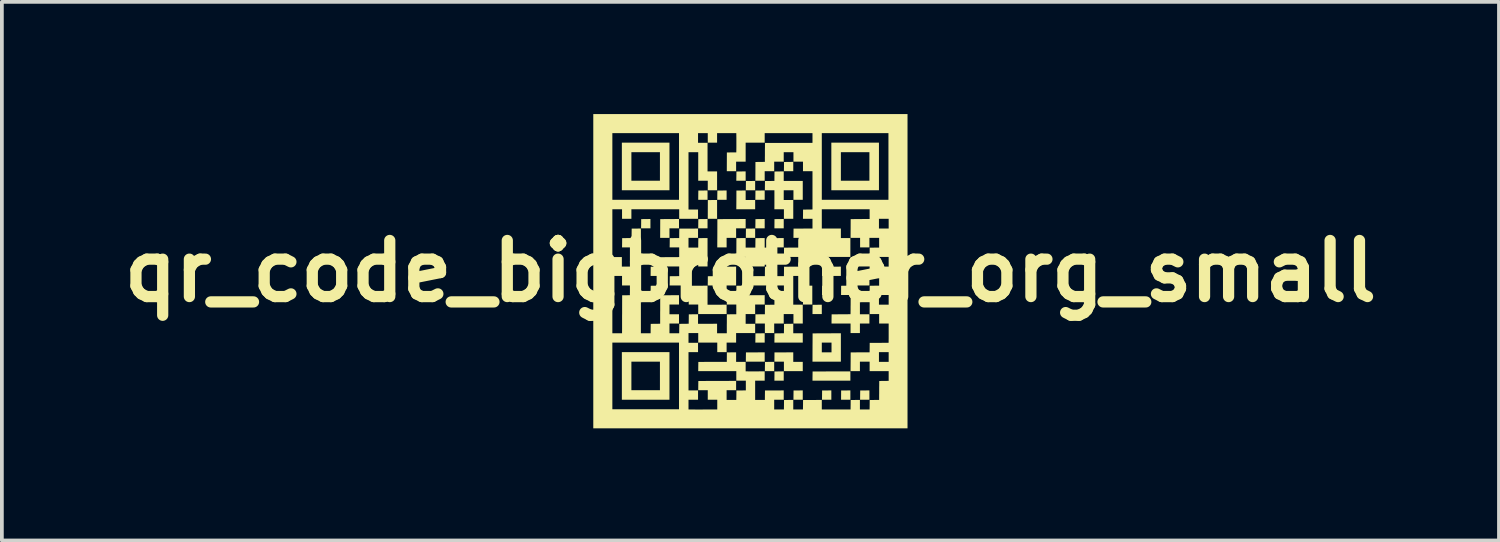
<source format=kicad_pcb>
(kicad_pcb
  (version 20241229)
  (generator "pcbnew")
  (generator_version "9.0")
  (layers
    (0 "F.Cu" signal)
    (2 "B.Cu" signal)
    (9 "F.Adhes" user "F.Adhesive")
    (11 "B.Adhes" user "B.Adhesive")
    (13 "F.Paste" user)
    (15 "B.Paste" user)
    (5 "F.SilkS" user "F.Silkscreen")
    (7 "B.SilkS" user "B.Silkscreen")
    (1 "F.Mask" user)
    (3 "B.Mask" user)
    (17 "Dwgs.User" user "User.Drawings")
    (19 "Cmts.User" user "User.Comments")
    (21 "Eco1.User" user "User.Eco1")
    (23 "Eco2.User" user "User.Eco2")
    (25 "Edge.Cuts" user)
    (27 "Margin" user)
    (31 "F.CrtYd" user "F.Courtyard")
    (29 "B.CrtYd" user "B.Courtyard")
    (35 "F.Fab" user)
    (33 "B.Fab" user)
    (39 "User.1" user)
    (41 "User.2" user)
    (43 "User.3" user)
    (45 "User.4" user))
  (footprint "qr_code_bigbrother_org_small"
    (layer "F.Cu")
    (at 17.014 4.201)
    (property "Reference" "qr_code_bigbrother_org_small" (at 0 0 0) (layer "F.SilkS") (effects (font (size 1.5 1.5) (thickness 0.3))))
    (attr board_only exclude_from_pos_files exclude_from_bom)
    (fp_poly (pts (xy -2.673 -1.27) (xy -2.673 -1.146) (xy -2.798 -1.146) (xy -2.923 -1.146) (xy -2.921 -1.269) (xy -2.92 -1.392) (xy -2.796 -1.394) (xy -2.673 -1.395)) (stroke (width 0) (type solid)) (fill yes) (layer "F.SilkS"))
    (fp_poly (pts (xy -2.419 0.003) (xy -2.419 0.127) (xy -2.543 0.127) (xy -2.668 0.127) (xy -2.667 0.004) (xy -2.665 -0.119) (xy -2.542 -0.121) (xy -2.419 -0.122)) (stroke (width 0) (type solid)) (fill yes) (layer "F.SilkS"))
    (fp_poly (pts (xy -2.419 0.512) (xy -2.419 0.636) (xy -2.543 0.636) (xy -2.668 0.636) (xy -2.667 0.513) (xy -2.665 0.39) (xy -2.542 0.388) (xy -2.419 0.387)) (stroke (width 0) (type solid)) (fill yes) (layer "F.SilkS"))
    (fp_poly (pts (xy -1.146 -2.034) (xy -1.146 -1.909) (xy -1.27 -1.909) (xy -1.395 -1.909) (xy -1.394 -2.033) (xy -1.392 -2.156) (xy -1.269 -2.157) (xy -1.146 -2.159)) (stroke (width 0) (type solid)) (fill yes) (layer "F.SilkS"))
    (fp_poly (pts (xy -1.146 -1.27) (xy -1.146 -1.146) (xy -1.27 -1.146) (xy -1.395 -1.146) (xy -1.394 -1.269) (xy -1.392 -1.392) (xy -1.269 -1.394) (xy -1.146 -1.395)) (stroke (width 0) (type solid)) (fill yes) (layer "F.SilkS"))
    (fp_poly (pts (xy -0.891 -1.652) (xy -0.891 -1.4) (xy -1.016 -1.4) (xy -1.14 -1.4) (xy -1.139 -1.651) (xy -1.138 -1.901) (xy -1.014 -1.903) (xy -0.891 -1.904)) (stroke (width 0) (type solid)) (fill yes) (layer "F.SilkS"))
    (fp_poly (pts (xy -0.636 -2.034) (xy -0.636 -1.909) (xy -0.761 -1.909) (xy -0.886 -1.909) (xy -0.885 -2.033) (xy -0.883 -2.156) (xy -0.76 -2.157) (xy -0.636 -2.159)) (stroke (width 0) (type solid)) (fill yes) (layer "F.SilkS"))
    (fp_poly (pts (xy -0.127 -2.543) (xy -0.127 -2.419) (xy -0.252 -2.419) (xy -0.377 -2.419) (xy -0.375 -2.542) (xy -0.374 -2.665) (xy -0.251 -2.667) (xy -0.127 -2.668)) (stroke (width 0) (type solid)) (fill yes) (layer "F.SilkS"))
    (fp_poly (pts (xy 0.127 -2.289) (xy 0.127 -2.164) (xy 0.003 -2.164) (xy -0.122 -2.164) (xy -0.121 -2.287) (xy -0.119 -2.411) (xy 0.004 -2.412) (xy 0.127 -2.413)) (stroke (width 0) (type solid)) (fill yes) (layer "F.SilkS"))
    (fp_poly (pts (xy 0.127 -1.016) (xy 0.127 -0.891) (xy 0.003 -0.891) (xy -0.122 -0.891) (xy -0.121 -1.014) (xy -0.119 -1.138) (xy 0.004 -1.139) (xy 0.127 -1.141)) (stroke (width 0) (type solid)) (fill yes) (layer "F.SilkS"))
    (fp_poly (pts (xy 0.382 -2.034) (xy 0.382 -1.909) (xy 0.257 -1.909) (xy 0.132 -1.909) (xy 0.134 -2.033) (xy 0.135 -2.156) (xy 0.259 -2.157) (xy 0.382 -2.159)) (stroke (width 0) (type solid)) (fill yes) (layer "F.SilkS"))
    (fp_poly (pts (xy 0.382 -1.27) (xy 0.382 -1.146) (xy 0.257 -1.146) (xy 0.132 -1.146) (xy 0.134 -1.269) (xy 0.135 -1.392) (xy 0.259 -1.394) (xy 0.382 -1.395)) (stroke (width 0) (type solid)) (fill yes) (layer "F.SilkS"))
    (fp_poly (pts (xy 0.382 1.785) (xy 0.382 1.909) (xy 0.257 1.909) (xy 0.132 1.909) (xy 0.134 1.786) (xy 0.135 1.663) (xy 0.259 1.661) (xy 0.382 1.66)) (stroke (width 0) (type solid)) (fill yes) (layer "F.SilkS"))
    (fp_poly (pts (xy 0.382 2.294) (xy 0.382 2.419) (xy 0.13 2.419) (xy -0.122 2.419) (xy -0.121 2.295) (xy -0.119 2.172) (xy 0.131 2.171) (xy 0.382 2.169)) (stroke (width 0) (type solid)) (fill yes) (layer "F.SilkS"))
    (fp_poly (pts (xy 0.636 2.548) (xy 0.636 2.673) (xy 0.512 2.673) (xy 0.387 2.673) (xy 0.388 2.55) (xy 0.39 2.426) (xy 0.513 2.425) (xy 0.636 2.424)) (stroke (width 0) (type solid)) (fill yes) (layer "F.SilkS"))
    (fp_poly (pts (xy 0.891 -1.27) (xy 0.891 -1.146) (xy 0.766 -1.146) (xy 0.642 -1.146) (xy 0.643 -1.269) (xy 0.644 -1.392) (xy 0.768 -1.394) (xy 0.891 -1.395)) (stroke (width 0) (type solid)) (fill yes) (layer "F.SilkS"))
    (fp_poly (pts (xy 0.891 -0.761) (xy 0.891 -0.636) (xy 0.766 -0.636) (xy 0.642 -0.636) (xy 0.643 -0.76) (xy 0.644 -0.883) (xy 0.768 -0.885) (xy 0.891 -0.886)) (stroke (width 0) (type solid)) (fill yes) (layer "F.SilkS"))
    (fp_poly (pts (xy 0.891 2.803) (xy 0.891 2.928) (xy 0.766 2.928) (xy 0.642 2.928) (xy 0.643 2.804) (xy 0.644 2.681) (xy 0.768 2.68) (xy 0.891 2.678)) (stroke (width 0) (type solid)) (fill yes) (layer "F.SilkS"))
    (fp_poly (pts (xy 1.146 -2.798) (xy 1.146 -2.673) (xy 1.021 -2.673) (xy 0.896 -2.673) (xy 0.898 -2.796) (xy 0.899 -2.92) (xy 1.022 -2.921) (xy 1.146 -2.923)) (stroke (width 0) (type solid)) (fill yes) (layer "F.SilkS"))
    (fp_poly (pts (xy 1.4 3.312) (xy 1.4 3.437) (xy 1.275 3.437) (xy 1.151 3.437) (xy 1.152 3.314) (xy 1.154 3.19) (xy 1.277 3.189) (xy 1.4 3.187)) (stroke (width 0) (type solid)) (fill yes) (layer "F.SilkS"))
    (fp_poly (pts (xy 1.655 0.639) (xy 1.655 0.891) (xy 1.53 0.891) (xy 1.406 0.891) (xy 1.407 0.64) (xy 1.408 0.39) (xy 1.531 0.388) (xy 1.655 0.387)) (stroke (width 0) (type solid)) (fill yes) (layer "F.SilkS"))
    (fp_poly (pts (xy 1.909 1.021) (xy 1.909 1.146) (xy 1.785 1.146) (xy 1.66 1.146) (xy 1.661 1.022) (xy 1.663 0.899) (xy 1.786 0.898) (xy 1.909 0.896)) (stroke (width 0) (type solid)) (fill yes) (layer "F.SilkS"))
    (fp_poly (pts (xy 2.164 0.512) (xy 2.164 0.636) (xy 2.039 0.636) (xy 1.914 0.636) (xy 1.916 0.513) (xy 1.917 0.39) (xy 2.041 0.388) (xy 2.164 0.387)) (stroke (width 0) (type solid)) (fill yes) (layer "F.SilkS"))
    (fp_poly (pts (xy 2.164 3.312) (xy 2.164 3.437) (xy 2.039 3.437) (xy 1.914 3.437) (xy 1.916 3.314) (xy 1.917 3.19) (xy 2.041 3.189) (xy 2.164 3.187)) (stroke (width 0) (type solid)) (fill yes) (layer "F.SilkS"))
    (fp_poly (pts (xy 2.419 0.003) (xy 2.419 0.127) (xy 2.167 0.127) (xy 1.914 0.127) (xy 1.916 0.004) (xy 1.917 -0.119) (xy 2.168 -0.121) (xy 2.419 -0.122)) (stroke (width 0) (type solid)) (fill yes) (layer "F.SilkS"))
    (fp_poly (pts (xy 2.673 0.512) (xy 2.673 0.636) (xy 2.548 0.636) (xy 2.424 0.636) (xy 2.425 0.513) (xy 2.426 0.39) (xy 2.55 0.388) (xy 2.673 0.387)) (stroke (width 0) (type solid)) (fill yes) (layer "F.SilkS"))
    (fp_poly (pts (xy 2.673 2.803) (xy 2.673 2.928) (xy 2.167 2.928) (xy 1.66 2.928) (xy 1.661 2.804) (xy 1.663 2.681) (xy 2.168 2.68) (xy 2.673 2.679)) (stroke (width 0) (type solid)) (fill yes) (layer "F.SilkS"))
    (fp_poly (pts (xy 2.673 3.312) (xy 2.673 3.437) (xy 2.548 3.437) (xy 2.424 3.437) (xy 2.425 3.314) (xy 2.426 3.19) (xy 2.55 3.189) (xy 2.673 3.187)) (stroke (width 0) (type solid)) (fill yes) (layer "F.SilkS"))
    (fp_poly (pts (xy 3.182 0.257) (xy 3.182 0.382) (xy 2.93 0.382) (xy 2.678 0.382) (xy 2.68 0.259) (xy 2.681 0.135) (xy 2.932 0.134) (xy 3.182 0.133)) (stroke (width 0) (type solid)) (fill yes) (layer "F.SilkS"))
    (fp_poly (pts (xy 3.182 3.312) (xy 3.182 3.437) (xy 3.058 3.437) (xy 2.933 3.437) (xy 2.934 3.314) (xy 2.936 3.19) (xy 3.059 3.189) (xy 3.182 3.187)) (stroke (width 0) (type solid)) (fill yes) (layer "F.SilkS"))
    (fp_poly (pts (xy -2.928 -0.888) (xy -2.928 -0.636) (xy -3.18 -0.636) (xy -3.432 -0.636) (xy -3.43 -0.76) (xy -3.429 -0.883) (xy -3.303 -0.885) (xy -3.177 -0.886) (xy -3.176 -1.012) (xy -3.174 -1.138) (xy -3.051 -1.139) (xy -2.928 -1.141)) (stroke (width 0) (type solid)) (fill yes) (layer "F.SilkS"))
    (fp_poly (pts (xy -1.909 -1.27) (xy -1.909 -1.146) (xy -2.037 -1.146) (xy -2.164 -1.146) (xy -2.164 -1.018) (xy -2.164 -0.891) (xy -2.289 -0.891) (xy -2.413 -0.891) (xy -2.412 -1.142) (xy -2.411 -1.392) (xy -2.16 -1.394) (xy -1.909 -1.395)) (stroke (width 0) (type solid)) (fill yes) (layer "F.SilkS"))
    (fp_poly (pts (xy -0.127 -2.031) (xy -0.127 -1.904) (xy 0 -1.904) (xy 0.127 -1.904) (xy 0.127 -1.779) (xy 0.127 -1.655) (xy -0.125 -1.655) (xy -0.377 -1.655) (xy -0.375 -1.905) (xy -0.374 -2.156) (xy -0.251 -2.157) (xy -0.127 -2.159)) (stroke (width 0) (type solid)) (fill yes) (layer "F.SilkS"))
    (fp_poly (pts (xy -0.127 -1.27) (xy -0.127 -1.146) (xy -0.255 -1.146) (xy -0.382 -1.146) (xy -0.382 -1.018) (xy -0.382 -0.891) (xy -0.509 -0.891) (xy -0.636 -0.891) (xy -0.636 -0.764) (xy -0.636 -0.636) (xy -0.761 -0.636) (xy -0.886 -0.636) (xy -0.884 -1.014) (xy -0.883 -1.392) (xy -0.505 -1.394) (xy -0.127 -1.395)) (stroke (width 0) (type solid)) (fill yes) (layer "F.SilkS"))
    (fp_poly (pts (xy 1.146 1.533) (xy 1.146 1.66) (xy 1.273 1.66) (xy 1.4 1.66) (xy 1.4 1.785) (xy 1.4 1.909) (xy 1.021 1.909) (xy 0.642 1.909) (xy 0.643 1.786) (xy 0.644 1.663) (xy 0.77 1.661) (xy 0.896 1.66) (xy 0.898 1.534) (xy 0.899 1.408) (xy 1.022 1.407) (xy 1.146 1.405)) (stroke (width 0) (type solid)) (fill yes) (layer "F.SilkS"))
    (fp_poly (pts (xy 1.146 2.297) (xy 1.146 2.424) (xy 1.273 2.424) (xy 1.4 2.424) (xy 1.4 2.548) (xy 1.4 2.673) (xy 1.148 2.673) (xy 0.896 2.673) (xy 0.896 2.546) (xy 0.896 2.419) (xy 0.769 2.419) (xy 0.642 2.419) (xy 0.643 2.295) (xy 0.644 2.172) (xy 0.895 2.171) (xy 1.146 2.169)) (stroke (width 0) (type solid)) (fill yes) (layer "F.SilkS"))
    (fp_poly (pts (xy -2.164 -2.8) (xy -2.164 -2.164) (xy -2.8 -2.164) (xy -3.437 -2.164) (xy -3.437 -2.8) (xy -3.437 -3.182) (xy -3.182 -3.182) (xy -3.182 -2.8) (xy -3.182 -2.419) (xy -2.8 -2.419) (xy -2.419 -2.419) (xy -2.419 -2.8) (xy -2.419 -3.182) (xy -2.8 -3.182) (xy -3.182 -3.182) (xy -3.437 -3.182) (xy -3.437 -3.437) (xy -2.8 -3.437) (xy -2.164 -3.437)) (stroke (width 0) (type solid)) (fill yes) (layer "F.SilkS"))
    (fp_poly (pts (xy -2.164 2.8) (xy -2.164 3.437) (xy -2.8 3.437) (xy -3.437 3.437) (xy -3.437 2.8) (xy -3.437 2.419) (xy -3.182 2.419) (xy -3.182 2.8) (xy -3.182 3.182) (xy -2.8 3.182) (xy -2.419 3.182) (xy -2.419 2.8) (xy -2.419 2.419) (xy -2.8 2.419) (xy -3.182 2.419) (xy -3.437 2.419) (xy -3.437 2.164) (xy -2.8 2.164) (xy -2.164 2.164)) (stroke (width 0) (type solid)) (fill yes) (layer "F.SilkS"))
    (fp_poly (pts (xy 2.419 2.039) (xy 2.419 2.419) (xy 2.039 2.419) (xy 1.66 2.419) (xy 1.661 2.041) (xy 1.662 1.909) (xy 1.909 1.909) (xy 1.909 2.039) (xy 1.909 2.169) (xy 2.039 2.169) (xy 2.169 2.169) (xy 2.169 2.039) (xy 2.169 1.909) (xy 2.039 1.909) (xy 1.909 1.909) (xy 1.662 1.909) (xy 1.663 1.663) (xy 2.041 1.661) (xy 2.419 1.66)) (stroke (width 0) (type solid)) (fill yes) (layer "F.SilkS"))
    (fp_poly (pts (xy 3.437 -2.8) (xy 3.437 -2.164) (xy 2.8 -2.164) (xy 2.164 -2.164) (xy 2.164 -2.8) (xy 2.164 -3.182) (xy 2.419 -3.182) (xy 2.419 -2.8) (xy 2.419 -2.419) (xy 2.8 -2.419) (xy 3.182 -2.419) (xy 3.182 -2.8) (xy 3.182 -3.182) (xy 2.8 -3.182) (xy 2.419 -3.182) (xy 2.164 -3.182) (xy 2.164 -3.437) (xy 2.8 -3.437) (xy 3.437 -3.437)) (stroke (width 0) (type solid)) (fill yes) (layer "F.SilkS"))
    (fp_poly (pts (xy -0.382 0.13) (xy -0.382 0.382) (xy -0.509 0.382) (xy -0.636 0.382) (xy -0.636 0.509) (xy -0.636 0.636) (xy -0.761 0.636) (xy -0.886 0.636) (xy -0.886 0.509) (xy -0.886 0.382) (xy -1.013 0.382) (xy -1.141 0.382) (xy -1.139 0.259) (xy -1.138 0.135) (xy -1.012 0.134) (xy -0.886 0.132) (xy -0.885 0.007) (xy -0.883 -0.119) (xy -0.632 -0.121) (xy -0.382 -0.122)) (stroke (width 0) (type solid)) (fill yes) (layer "F.SilkS"))
    (fp_poly (pts (xy -1.146 0.642) (xy -1.146 0.896) (xy -1.017 0.897) (xy -0.971 0.897) (xy -0.918 0.897) (xy -0.864 0.897) (xy -0.811 0.897) (xy -0.765 0.896) (xy -0.762 0.896) (xy -0.636 0.896) (xy -0.636 1.021) (xy -0.636 1.146) (xy -1.016 1.146) (xy -1.395 1.146) (xy -1.395 1.018) (xy -1.395 0.891) (xy -1.522 0.891) (xy -1.649 0.891) (xy -1.648 0.64) (xy -1.647 0.39) (xy -1.396 0.389) (xy -1.146 0.387)) (stroke (width 0) (type solid)) (fill yes) (layer "F.SilkS"))
    (fp_poly (pts (xy 0.382 -0.759) (xy 0.382 -0.631) (xy 0.509 -0.631) (xy 0.636 -0.631) (xy 0.636 -0.507) (xy 0.636 -0.382) (xy 0.509 -0.382) (xy 0.382 -0.382) (xy 0.382 -0.255) (xy 0.382 -0.127) (xy 0.13 -0.127) (xy -0.122 -0.127) (xy -0.122 -0.255) (xy -0.122 -0.382) (xy -0.249 -0.382) (xy -0.377 -0.382) (xy -0.375 -0.632) (xy -0.374 -0.883) (xy -0.251 -0.885) (xy -0.127 -0.886) (xy -0.127 -0.759) (xy -0.127 -0.631) (xy 0.003 -0.631) (xy 0.132 -0.631) (xy 0.134 -0.757) (xy 0.135 -0.883) (xy 0.259 -0.885) (xy 0.382 -0.886)) (stroke (width 0) (type solid)) (fill yes) (layer "F.SilkS"))
    (fp_poly (pts (xy 2.928 0.896) (xy 2.928 1.151) (xy 3.055 1.151) (xy 3.182 1.151) (xy 3.182 1.276) (xy 3.182 1.4) (xy 3.055 1.4) (xy 2.928 1.4) (xy 2.928 1.528) (xy 2.928 1.655) (xy 2.803 1.655) (xy 2.678 1.655) (xy 2.678 1.528) (xy 2.678 1.4) (xy 2.424 1.4) (xy 2.169 1.4) (xy 2.17 1.277) (xy 2.172 1.154) (xy 2.423 1.152) (xy 2.474 1.152) (xy 2.521 1.152) (xy 2.564 1.151) (xy 2.602 1.151) (xy 2.633 1.15) (xy 2.656 1.15) (xy 2.671 1.15) (xy 2.677 1.149) (xy 2.677 1.144) (xy 2.677 1.129) (xy 2.678 1.105) (xy 2.678 1.074) (xy 2.679 1.036) (xy 2.679 0.993) (xy 2.679 0.946) (xy 2.68 0.896) (xy 2.681 0.644) (xy 2.804 0.643) (xy 2.928 0.642)) (stroke (width 0) (type solid)) (fill yes) (layer "F.SilkS"))
    (fp_poly (pts (xy 0.891 -2.541) (xy 0.891 -2.413) (xy 1.02 -2.413) (xy 1.066 -2.413) (xy 1.119 -2.413) (xy 1.173 -2.413) (xy 1.226 -2.413) (xy 1.272 -2.413) (xy 1.274 -2.413) (xy 1.4 -2.414) (xy 1.4 -2.162) (xy 1.4 -1.909) (xy 1.276 -1.909) (xy 1.151 -1.909) (xy 1.151 -2.037) (xy 1.151 -2.164) (xy 1.021 -2.164) (xy 0.891 -2.164) (xy 0.891 -2.034) (xy 0.891 -1.904) (xy 1.018 -1.904) (xy 1.146 -1.904) (xy 1.146 -1.652) (xy 1.146 -1.4) (xy 1.021 -1.4) (xy 0.896 -1.4) (xy 0.896 -1.528) (xy 0.896 -1.655) (xy 0.769 -1.655) (xy 0.641 -1.655) (xy 0.642 -1.781) (xy 0.642 -1.826) (xy 0.642 -1.879) (xy 0.642 -1.933) (xy 0.642 -1.986) (xy 0.642 -2.033) (xy 0.642 -2.035) (xy 0.642 -2.164) (xy 0.514 -2.164) (xy 0.387 -2.164) (xy 0.388 -2.287) (xy 0.39 -2.411) (xy 0.516 -2.412) (xy 0.642 -2.413) (xy 0.643 -2.539) (xy 0.644 -2.665) (xy 0.768 -2.667) (xy 0.891 -2.668)) (stroke (width 0) (type solid)) (fill yes) (layer "F.SilkS"))
    (fp_poly (pts (xy -1.4 -1.016) (xy -1.4 -0.891) (xy -1.528 -0.891) (xy -1.655 -0.891) (xy -1.655 -0.761) (xy -1.655 -0.631) (xy -1.525 -0.631) (xy -1.395 -0.631) (xy -1.394 -0.757) (xy -1.392 -0.883) (xy -1.269 -0.885) (xy -1.146 -0.886) (xy -1.146 -0.507) (xy -1.146 -0.127) (xy -1.27 -0.127) (xy -1.395 -0.127) (xy -1.395 -0.255) (xy -1.395 -0.382) (xy -1.525 -0.382) (xy -1.655 -0.382) (xy -1.655 0) (xy -1.655 0.382) (xy -1.907 0.382) (xy -2.159 0.382) (xy -2.157 0.259) (xy -2.156 0.135) (xy -2.03 0.134) (xy -1.904 0.132) (xy -1.904 0.003) (xy -1.904 -0.127) (xy -2.159 -0.127) (xy -2.413 -0.127) (xy -2.412 -0.251) (xy -2.411 -0.374) (xy -2.283 -0.375) (xy -2.237 -0.375) (xy -2.184 -0.376) (xy -2.13 -0.376) (xy -2.077 -0.376) (xy -2.031 -0.376) (xy -2.03 -0.376) (xy -1.904 -0.377) (xy -1.904 -0.507) (xy -1.904 -0.636) (xy -2.031 -0.636) (xy -2.159 -0.636) (xy -2.157 -0.76) (xy -2.156 -0.883) (xy -2.03 -0.885) (xy -1.904 -0.886) (xy -1.903 -1.012) (xy -1.901 -1.138) (xy -1.651 -1.139) (xy -1.4 -1.14)) (stroke (width 0) (type solid)) (fill yes) (layer "F.SilkS"))
    (fp_poly (pts (xy 0.636 0.005) (xy 0.636 0.133) (xy 0.766 0.133) (xy 0.896 0.133) (xy 0.898 0.007) (xy 0.899 -0.119) (xy 1.15 -0.121) (xy 1.4 -0.122) (xy 1.4 0.003) (xy 1.4 0.127) (xy 1.273 0.127) (xy 1.146 0.127) (xy 1.146 0.512) (xy 1.146 0.896) (xy 1.273 0.896) (xy 1.4 0.896) (xy 1.4 1.148) (xy 1.4 1.4) (xy 1.276 1.4) (xy 1.151 1.4) (xy 1.151 1.273) (xy 1.151 1.146) (xy 1.021 1.146) (xy 0.891 1.146) (xy 0.891 1.273) (xy 0.891 1.4) (xy 0.764 1.4) (xy 0.636 1.4) (xy 0.636 1.528) (xy 0.636 1.655) (xy 0.512 1.655) (xy 0.387 1.655) (xy 0.387 1.528) (xy 0.387 1.4) (xy 0.26 1.4) (xy 0.132 1.4) (xy 0.134 1.277) (xy 0.135 1.154) (xy 0.261 1.152) (xy 0.387 1.151) (xy 0.388 1.025) (xy 0.39 0.899) (xy 0.516 0.898) (xy 0.642 0.896) (xy 0.643 0.77) (xy 0.644 0.644) (xy 0.77 0.643) (xy 0.896 0.642) (xy 0.896 0.512) (xy 0.896 0.382) (xy 0.387 0.382) (xy -0.122 0.382) (xy -0.121 0.259) (xy -0.119 0.135) (xy 0.008 0.134) (xy 0.054 0.134) (xy 0.107 0.133) (xy 0.161 0.133) (xy 0.214 0.133) (xy 0.26 0.133) (xy 0.261 0.133) (xy 0.387 0.133) (xy 0.388 0.007) (xy 0.39 -0.119) (xy 0.513 -0.121) (xy 0.636 -0.122)) (stroke (width 0) (type solid)) (fill yes) (layer "F.SilkS"))
    (fp_poly (pts (xy 4.201 0) (xy 4.201 4.201) (xy 0 4.201) (xy -4.201 4.201) (xy -4.201 1.909) (xy -3.691 1.909) (xy -3.691 2.8) (xy -3.691 3.691) (xy -2.8 3.691) (xy -1.909 3.691) (xy -1.909 2.8) (xy -1.909 1.909) (xy -2.8 1.909) (xy -3.691 1.909) (xy -4.201 1.909) (xy -4.201 1.66) (xy -3.691 1.66) (xy -3.562 1.66) (xy -3.432 1.66) (xy -3.431 1.534) (xy -3.431 1.507) (xy -3.431 1.471) (xy -3.431 1.426) (xy -3.431 1.375) (xy -3.431 1.318) (xy -3.431 1.257) (xy -3.431 1.192) (xy -3.43 1.126) (xy -3.43 1.059) (xy -3.43 1.026) (xy -3.429 0.644) (xy -3.303 0.643) (xy -3.177 0.642) (xy -3.176 0.516) (xy -3.174 0.39) (xy -3.051 0.388) (xy -2.928 0.387) (xy -2.928 1.024) (xy -2.928 1.66) (xy -2.798 1.66) (xy -2.668 1.66) (xy -2.667 1.534) (xy -2.665 1.408) (xy -2.539 1.407) (xy -2.413 1.405) (xy -2.413 1.279) (xy -2.413 1.247) (xy -2.413 1.206) (xy -2.413 1.158) (xy -2.413 1.105) (xy -2.412 1.048) (xy -2.412 0.99) (xy -2.412 0.932) (xy -2.412 0.899) (xy -2.411 0.644) (xy -2.16 0.643) (xy -1.909 0.642) (xy -1.909 0.766) (xy -1.909 0.891) (xy -2.037 0.891) (xy -2.164 0.891) (xy -2.164 1.021) (xy -2.164 1.151) (xy -2.037 1.151) (xy -1.909 1.151) (xy -1.909 1.276) (xy -1.909 1.4) (xy -2.037 1.4) (xy -2.164 1.4) (xy -2.164 1.53) (xy -2.164 1.66) (xy -2.034 1.66) (xy -1.904 1.66) (xy -1.903 1.534) (xy -1.901 1.408) (xy -1.776 1.407) (xy -1.65 1.405) (xy -1.648 1.279) (xy -1.647 1.154) (xy -1.524 1.152) (xy -1.4 1.151) (xy -1.4 1.278) (xy -1.4 1.406) (xy -1.272 1.406) (xy -1.225 1.406) (xy -1.173 1.406) (xy -1.118 1.406) (xy -1.066 1.406) (xy -1.02 1.406) (xy -1.017 1.406) (xy -0.891 1.405) (xy -0.891 1.533) (xy -0.891 1.66) (xy -0.761 1.66) (xy -0.631 1.66) (xy -0.631 1.534) (xy -0.631 1.488) (xy -0.631 1.436) (xy -0.63 1.381) (xy -0.63 1.329) (xy -0.63 1.282) (xy -0.63 1.281) (xy -0.629 1.154) (xy -0.503 1.152) (xy -0.377 1.151) (xy -0.377 1.021) (xy -0.377 0.891) (xy -0.504 0.891) (xy -0.631 0.891) (xy -0.63 0.768) (xy -0.629 0.644) (xy -0.503 0.643) (xy -0.377 0.642) (xy -0.375 0.516) (xy -0.374 0.39) (xy -0.251 0.388) (xy -0.127 0.387) (xy -0.127 0.514) (xy -0.127 0.642) (xy 0.001 0.642) (xy 0.048 0.642) (xy 0.1 0.642) (xy 0.155 0.642) (xy 0.207 0.642) (xy 0.253 0.642) (xy 0.256 0.642) (xy 0.382 0.641) (xy 0.382 0.766) (xy 0.382 0.891) (xy 0.255 0.891) (xy 0.127 0.891) (xy 0.127 1.018) (xy 0.127 1.146) (xy 0 1.146) (xy -0.127 1.146) (xy -0.127 1.276) (xy -0.127 1.406) (xy 0 1.406) (xy 0.127 1.406) (xy 0.127 1.53) (xy 0.127 1.655) (xy -0.127 1.655) (xy -0.382 1.655) (xy -0.382 1.782) (xy -0.382 1.909) (xy -0.509 1.909) (xy -0.636 1.909) (xy -0.636 2.037) (xy -0.636 2.164) (xy -0.761 2.164) (xy -0.886 2.164) (xy -0.886 2.037) (xy -0.886 1.909) (xy -1.14 1.909) (xy -1.395 1.909) (xy -1.395 1.782) (xy -1.395 1.655) (xy -1.525 1.655) (xy -1.655 1.655) (xy -1.655 1.785) (xy -1.655 1.915) (xy -1.528 1.915) (xy -1.4 1.915) (xy -1.4 2.039) (xy -1.4 2.164) (xy -1.528 2.164) (xy -1.655 2.164) (xy -1.655 2.676) (xy -1.655 3.188) (xy -1.528 3.188) (xy -1.4 3.188) (xy -1.4 3.312) (xy -1.4 3.437) (xy -1.528 3.437) (xy -1.655 3.437) (xy -1.655 3.567) (xy -1.655 3.697) (xy -1.526 3.698) (xy -1.48 3.698) (xy -1.428 3.699) (xy -1.373 3.699) (xy -1.319 3.699) (xy -1.271 3.698) (xy -1.265 3.698) (xy -1.219 3.698) (xy -1.167 3.698) (xy -1.113 3.697) (xy -1.062 3.697) (xy -1.016 3.697) (xy -1.009 3.697) (xy -0.886 3.697) (xy -0.886 3.567) (xy -0.886 3.437) (xy -1.013 3.437) (xy -1.14 3.437) (xy -1.14 3.31) (xy -1.14 3.182) (xy -1.268 3.182) (xy -1.395 3.182) (xy -1.394 3.059) (xy -1.392 2.936) (xy -0.887 2.934) (xy -0.382 2.933) (xy -0.382 3.058) (xy -0.382 3.182) (xy -0.509 3.182) (xy -0.636 3.182) (xy -0.636 3.312) (xy -0.636 3.442) (xy -0.507 3.442) (xy -0.377 3.442) (xy -0.375 3.316) (xy -0.374 3.19) (xy -0.248 3.189) (xy -0.122 3.187) (xy -0.122 3.058) (xy -0.122 2.928) (xy -0.249 2.928) (xy -0.377 2.928) (xy -0.377 2.8) (xy -0.377 2.673) (xy -0.886 2.673) (xy -1.395 2.673) (xy -1.394 2.55) (xy -1.392 2.426) (xy -1.138 2.425) (xy -1.081 2.425) (xy -1.023 2.425) (xy -0.965 2.425) (xy -0.91 2.424) (xy -0.859 2.424) (xy -0.813 2.424) (xy -0.775 2.424) (xy -0.757 2.424) (xy -0.631 2.424) (xy -0.63 2.298) (xy -0.629 2.172) (xy -0.505 2.17) (xy -0.382 2.169) (xy -0.382 2.296) (xy -0.382 2.424) (xy -0.255 2.424) (xy -0.127 2.424) (xy -0.127 2.551) (xy -0.127 2.678) (xy 0.001 2.679) (xy 0.048 2.679) (xy 0.1 2.679) (xy 0.155 2.679) (xy 0.207 2.679) (xy 0.253 2.678) (xy 0.256 2.678) (xy 0.382 2.678) (xy 0.382 2.803) (xy 0.382 2.928) (xy 0.255 2.928) (xy 0.127 2.928) (xy 0.127 3.185) (xy 0.127 3.442) (xy 0.257 3.442) (xy 0.387 3.442) (xy 0.388 3.316) (xy 0.39 3.19) (xy 0.64 3.189) (xy 0.891 3.188) (xy 0.891 3.312) (xy 0.891 3.437) (xy 0.764 3.437) (xy 0.636 3.437) (xy 0.636 3.567) (xy 0.636 3.697) (xy 0.766 3.697) (xy 0.896 3.697) (xy 0.898 3.571) (xy 0.899 3.445) (xy 1.022 3.443) (xy 1.146 3.442) (xy 1.146 3.569) (xy 1.146 3.697) (xy 1.275 3.697) (xy 1.405 3.697) (xy 1.407 3.571) (xy 1.408 3.445) (xy 1.659 3.444) (xy 1.909 3.442) (xy 1.909 3.57) (xy 1.909 3.697) (xy 2.037 3.697) (xy 2.082 3.697) (xy 2.134 3.697) (xy 2.189 3.697) (xy 2.242 3.697) (xy 2.29 3.697) (xy 2.297 3.697) (xy 2.343 3.697) (xy 2.395 3.697) (xy 2.449 3.697) (xy 2.501 3.697) (xy 2.547 3.697) (xy 2.554 3.697) (xy 2.678 3.697) (xy 2.68 3.571) (xy 2.681 3.445) (xy 2.804 3.443) (xy 2.928 3.442) (xy 2.928 3.569) (xy 2.928 3.697) (xy 3.058 3.697) (xy 3.187 3.697) (xy 3.189 3.571) (xy 3.19 3.445) (xy 3.316 3.443) (xy 3.442 3.442) (xy 3.442 3.316) (xy 3.443 3.27) (xy 3.443 3.218) (xy 3.443 3.163) (xy 3.443 3.111) (xy 3.444 3.064) (xy 3.444 3.063) (xy 3.445 2.936) (xy 3.571 2.934) (xy 3.697 2.933) (xy 3.697 2.803) (xy 3.697 2.673) (xy 3.442 2.673) (xy 3.188 2.673) (xy 3.188 2.546) (xy 3.188 2.419) (xy 3.058 2.419) (xy 2.928 2.419) (xy 2.928 2.546) (xy 2.928 2.673) (xy 2.803 2.673) (xy 2.678 2.673) (xy 2.68 2.423) (xy 2.681 2.172) (xy 2.808 2.171) (xy 2.855 2.17) (xy 2.907 2.17) (xy 2.962 2.17) (xy 3.014 2.17) (xy 3.06 2.169) (xy 3.062 2.169) (xy 3.187 2.169) (xy 3.187 2.164) (xy 3.437 2.164) (xy 3.437 2.294) (xy 3.437 2.424) (xy 3.567 2.424) (xy 3.697 2.424) (xy 3.697 2.294) (xy 3.697 2.164) (xy 3.567 2.164) (xy 3.437 2.164) (xy 3.187 2.164) (xy 3.189 2.043) (xy 3.19 1.917) (xy 3.442 1.916) (xy 3.492 1.916) (xy 3.54 1.915) (xy 3.582 1.915) (xy 3.62 1.915) (xy 3.651 1.914) (xy 3.674 1.914) (xy 3.689 1.914) (xy 3.695 1.913) (xy 3.695 1.908) (xy 3.696 1.892) (xy 3.696 1.868) (xy 3.696 1.836) (xy 3.697 1.797) (xy 3.697 1.751) (xy 3.697 1.701) (xy 3.697 1.646) (xy 3.697 1.587) (xy 3.697 1.529) (xy 3.697 1.4) (xy 3.569 1.4) (xy 3.442 1.4) (xy 3.442 1.273) (xy 3.442 1.146) (xy 3.315 1.146) (xy 3.188 1.146) (xy 3.189 0.768) (xy 3.189 0.636) (xy 3.437 0.636) (xy 3.437 0.766) (xy 3.437 0.896) (xy 3.567 0.896) (xy 3.697 0.896) (xy 3.697 0.766) (xy 3.697 0.636) (xy 3.567 0.636) (xy 3.437 0.636) (xy 3.189 0.636) (xy 3.19 0.39) (xy 3.316 0.388) (xy 3.442 0.387) (xy 3.442 0.257) (xy 3.442 0.127) (xy 3.315 0.127) (xy 3.188 0.127) (xy 3.188 0) (xy 3.188 -0.127) (xy 2.933 -0.127) (xy 2.678 -0.127) (xy 2.68 -0.251) (xy 2.681 -0.374) (xy 2.808 -0.375) (xy 2.855 -0.375) (xy 2.907 -0.376) (xy 2.962 -0.376) (xy 3.014 -0.376) (xy 3.06 -0.376) (xy 3.062 -0.376) (xy 3.187 -0.377) (xy 3.187 -0.382) (xy 3.437 -0.382) (xy 3.437 -0.252) (xy 3.437 -0.122) (xy 3.567 -0.122) (xy 3.697 -0.122) (xy 3.697 -0.252) (xy 3.697 -0.382) (xy 3.567 -0.382) (xy 3.437 -0.382) (xy 3.187 -0.382) (xy 3.189 -0.503) (xy 3.19 -0.629) (xy 3.316 -0.63) (xy 3.442 -0.631) (xy 3.442 -0.761) (xy 3.442 -0.891) (xy 3.312 -0.891) (xy 3.182 -0.891) (xy 3.182 -0.764) (xy 3.182 -0.636) (xy 3.058 -0.636) (xy 2.933 -0.636) (xy 2.933 -0.764) (xy 2.933 -0.891) (xy 2.806 -0.891) (xy 2.678 -0.891) (xy 2.68 -1.142) (xy 2.681 -1.392) (xy 2.808 -1.393) (xy 2.855 -1.394) (xy 2.907 -1.394) (xy 2.962 -1.394) (xy 3.014 -1.395) (xy 3.06 -1.395) (xy 3.062 -1.395) (xy 3.188 -1.395) (xy 3.188 -1.4) (xy 3.437 -1.4) (xy 3.437 -1.27) (xy 3.437 -1.14) (xy 3.567 -1.14) (xy 3.697 -1.14) (xy 3.697 -1.27) (xy 3.697 -1.4) (xy 3.567 -1.4) (xy 3.437 -1.4) (xy 3.188 -1.4) (xy 3.188 -1.525) (xy 3.188 -1.655) (xy 2.548 -1.655) (xy 1.909 -1.655) (xy 1.909 -1.398) (xy 1.909 -1.14) (xy 2.038 -1.14) (xy 2.084 -1.14) (xy 2.137 -1.14) (xy 2.191 -1.14) (xy 2.244 -1.14) (xy 2.29 -1.14) (xy 2.293 -1.14) (xy 2.419 -1.141) (xy 2.419 -1.013) (xy 2.419 -0.886) (xy 2.546 -0.886) (xy 2.673 -0.886) (xy 2.673 -0.634) (xy 2.673 -0.382) (xy 1.785 -0.382) (xy 0.896 -0.382) (xy 0.898 -0.505) (xy 0.899 -0.629) (xy 1.026 -0.63) (xy 1.073 -0.63) (xy 1.125 -0.63) (xy 1.18 -0.631) (xy 1.232 -0.631) (xy 1.278 -0.631) (xy 1.28 -0.631) (xy 1.406 -0.631) (xy 1.406 -0.761) (xy 1.406 -0.891) (xy 1.278 -0.891) (xy 1.151 -0.891) (xy 1.152 -1.014) (xy 1.154 -1.138) (xy 1.281 -1.139) (xy 1.327 -1.139) (xy 1.38 -1.139) (xy 1.434 -1.14) (xy 1.487 -1.14) (xy 1.533 -1.14) (xy 1.534 -1.14) (xy 1.66 -1.14) (xy 1.66 -1.27) (xy 1.66 -1.4) (xy 1.533 -1.4) (xy 1.405 -1.4) (xy 1.407 -1.524) (xy 1.408 -1.647) (xy 1.534 -1.648) (xy 1.66 -1.65) (xy 1.66 -1.774) (xy 1.66 -1.806) (xy 1.66 -1.847) (xy 1.66 -1.894) (xy 1.66 -1.947) (xy 1.66 -2.003) (xy 1.66 -2.062) (xy 1.66 -2.12) (xy 1.66 -2.159) (xy 1.66 -2.216) (xy 1.66 -2.274) (xy 1.66 -2.332) (xy 1.66 -2.388) (xy 1.66 -2.44) (xy 1.66 -2.486) (xy 1.66 -2.525) (xy 1.66 -2.546) (xy 1.66 -2.673) (xy 1.533 -2.673) (xy 1.406 -2.673) (xy 1.406 -2.8) (xy 1.406 -2.928) (xy 1.278 -2.928) (xy 1.151 -2.928) (xy 1.151 -3.055) (xy 1.151 -3.182) (xy 1.021 -3.182) (xy 0.891 -3.182) (xy 0.891 -3.055) (xy 0.891 -2.928) (xy 0.764 -2.928) (xy 0.636 -2.928) (xy 0.636 -2.8) (xy 0.636 -2.673) (xy 0.509 -2.673) (xy 0.382 -2.673) (xy 0.382 -2.546) (xy 0.382 -2.419) (xy 0.257 -2.419) (xy 0.133 -2.419) (xy 0.134 -2.669) (xy 0.135 -2.92) (xy 0.261 -2.921) (xy 0.387 -2.923) (xy 0.387 -3.048) (xy 0.388 -3.094) (xy 0.388 -3.147) (xy 0.388 -3.201) (xy 0.388 -3.254) (xy 0.389 -3.3) (xy 0.389 -3.302) (xy 0.39 -3.429) (xy 0.899 -3.43) (xy 0.975 -3.43) (xy 1.05 -3.43) (xy 1.124 -3.431) (xy 1.194 -3.431) (xy 1.262 -3.431) (xy 1.324 -3.431) (xy 1.381 -3.431) (xy 1.431 -3.431) (xy 1.474 -3.431) (xy 1.508 -3.431) (xy 1.533 -3.431) (xy 1.534 -3.431) (xy 1.66 -3.432) (xy 1.66 -3.562) (xy 1.66 -3.691) (xy 1.909 -3.691) (xy 1.909 -2.8) (xy 1.909 -1.909) (xy 2.8 -1.909) (xy 3.691 -1.909) (xy 3.691 -2.8) (xy 3.691 -3.691) (xy 2.8 -3.691) (xy 1.909 -3.691) (xy 1.66 -3.691) (xy 1.021 -3.691) (xy 0.382 -3.691) (xy 0.382 -3.564) (xy 0.382 -3.437) (xy 0.127 -3.437) (xy -0.127 -3.437) (xy -0.127 -3.182) (xy -0.127 -2.928) (xy -0.255 -2.928) (xy -0.382 -2.928) (xy -0.382 -2.8) (xy -0.382 -2.673) (xy -0.506 -2.673) (xy -0.631 -2.673) (xy -0.63 -2.924) (xy -0.629 -3.174) (xy -0.503 -3.176) (xy -0.377 -3.177) (xy -0.375 -3.306) (xy -0.375 -3.352) (xy -0.375 -3.405) (xy -0.375 -3.461) (xy -0.375 -3.514) (xy -0.375 -3.561) (xy -0.375 -3.563) (xy -0.377 -3.691) (xy -0.634 -3.691) (xy -0.891 -3.691) (xy -0.891 -3.564) (xy -0.891 -3.437) (xy -1.016 -3.437) (xy -1.14 -3.437) (xy -1.14 -3.564) (xy -1.14 -3.691) (xy -1.27 -3.691) (xy -1.4 -3.691) (xy -1.4 -3.562) (xy -1.4 -3.432) (xy -1.273 -3.432) (xy -1.146 -3.432) (xy -1.146 -3.05) (xy -1.146 -2.668) (xy -1.018 -2.668) (xy -0.891 -2.668) (xy -0.891 -2.416) (xy -0.891 -2.164) (xy -1.016 -2.164) (xy -1.14 -2.164) (xy -1.14 -2.291) (xy -1.14 -2.419) (xy -1.268 -2.419) (xy -1.395 -2.419) (xy -1.395 -2.672) (xy -1.395 -2.728) (xy -1.395 -2.787) (xy -1.395 -2.845) (xy -1.395 -2.9) (xy -1.395 -2.952) (xy -1.395 -2.998) (xy -1.395 -3.036) (xy -1.395 -3.054) (xy -1.395 -3.182) (xy -1.525 -3.182) (xy -1.655 -3.182) (xy -1.655 -2.416) (xy -1.655 -1.649) (xy -1.528 -1.649) (xy -1.4 -1.649) (xy -1.4 -1.525) (xy -1.4 -1.4) (xy -1.652 -1.4) (xy -1.904 -1.4) (xy -1.904 -1.528) (xy -1.904 -1.655) (xy -2.543 -1.655) (xy -3.182 -1.655) (xy -3.182 -1.528) (xy -3.182 -1.4) (xy -3.307 -1.4) (xy -3.432 -1.4) (xy -3.432 -1.528) (xy -3.432 -1.655) (xy -3.562 -1.655) (xy -3.691 -1.655) (xy -3.691 -1.016) (xy -3.691 -0.377) (xy -3.564 -0.377) (xy -3.437 -0.377) (xy -3.437 -0.249) (xy -3.437 -0.122) (xy -3.307 -0.122) (xy -3.177 -0.122) (xy -3.176 -0.248) (xy -3.174 -0.374) (xy -3.051 -0.375) (xy -2.928 -0.377) (xy -2.928 -0.125) (xy -2.928 0.127) (xy -3.055 0.127) (xy -3.182 0.127) (xy -3.182 0.255) (xy -3.182 0.382) (xy -3.307 0.382) (xy -3.432 0.382) (xy -3.432 0.255) (xy -3.432 0.127) (xy -3.562 0.127) (xy -3.691 0.127) (xy -3.691 0.894) (xy -3.691 1.66) (xy -4.201 1.66) (xy -4.201 0) (xy -4.201 -3.691) (xy -3.691 -3.691) (xy -3.691 -2.8) (xy -3.691 -1.909) (xy -2.8 -1.909) (xy -1.909 -1.909) (xy -1.909 -2.8) (xy -1.909 -3.691) (xy -2.8 -3.691) (xy -3.691 -3.691) (xy -4.201 -3.691) (xy -4.201 -4.201) (xy 0 -4.201) (xy 4.201 -4.201)) (stroke (width 0) (type solid)) (fill yes) (layer "F.SilkS")))
  (gr_rect
    (start -3 -3)
    (end 37.029 11.401)
    (stroke (width 0.1) (type default))
    (fill no)
    (layer "Edge.Cuts")))
</source>
